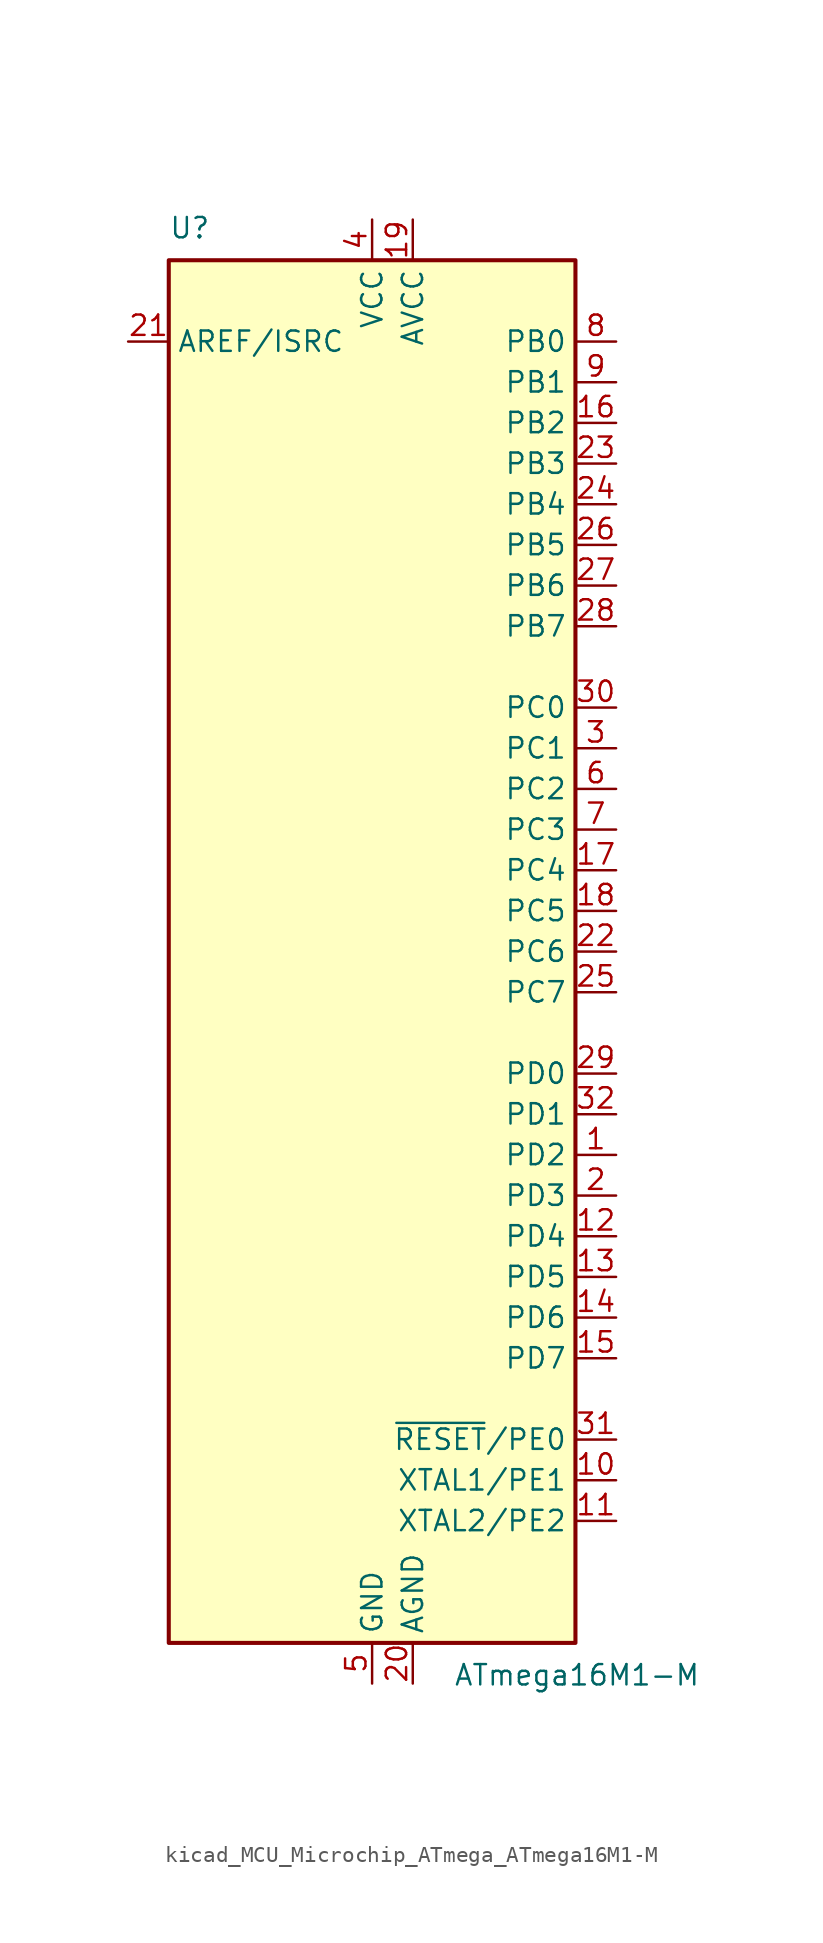
<source format=kicad_sym>
(kicad_symbol_lib
  (version 20220914)
  (generator kicad_symbol_editor)
  (symbol "kicad_MCU_Microchip_ATmega_ATmega16M1-M"
    (property "Reference" "U"
      (at -12.7 44.45 0)
      (effects (font (size 1.27 1.27)) (justify left bottom)))
    (property "Value" "ATmega16M1-M"
      (at 5.08 -44.45 0)
      (effects (font (size 1.27 1.27)) (justify left top)))
    (symbol "kicad_MCU_Microchip_ATmega_ATmega16M1-M_0_1"
      (rectangle (start -12.7 -43.18) (end 12.7 43.18) (stroke (width 0.254) (type default)) (fill (type background))))
    (symbol "kicad_MCU_Microchip_ATmega_ATmega16M1-M_1_1"
      (pin bidirectional line (at 15.24 -12.7 180) (length 2.54) (name "PD2" (effects (font (size 1.27 1.27)))) (number "1" (effects (font (size 1.27 1.27)))))
      (pin bidirectional line (at 15.24 -33.02 180) (length 2.54) (name "XTAL1/PE1" (effects (font (size 1.27 1.27)))) (number "10" (effects (font (size 1.27 1.27)))))
      (pin bidirectional line (at 15.24 -35.56 180) (length 2.54) (name "XTAL2/PE2" (effects (font (size 1.27 1.27)))) (number "11" (effects (font (size 1.27 1.27)))))
      (pin bidirectional line (at 15.24 -17.78 180) (length 2.54) (name "PD4" (effects (font (size 1.27 1.27)))) (number "12" (effects (font (size 1.27 1.27)))))
      (pin bidirectional line (at 15.24 -20.32 180) (length 2.54) (name "PD5" (effects (font (size 1.27 1.27)))) (number "13" (effects (font (size 1.27 1.27)))))
      (pin bidirectional line (at 15.24 -22.86 180) (length 2.54) (name "PD6" (effects (font (size 1.27 1.27)))) (number "14" (effects (font (size 1.27 1.27)))))
      (pin bidirectional line (at 15.24 -25.4 180) (length 2.54) (name "PD7" (effects (font (size 1.27 1.27)))) (number "15" (effects (font (size 1.27 1.27)))))
      (pin bidirectional line (at 15.24 33.02 180) (length 2.54) (name "PB2" (effects (font (size 1.27 1.27)))) (number "16" (effects (font (size 1.27 1.27)))))
      (pin bidirectional line (at 15.24 5.08 180) (length 2.54) (name "PC4" (effects (font (size 1.27 1.27)))) (number "17" (effects (font (size 1.27 1.27)))))
      (pin bidirectional line (at 15.24 2.54 180) (length 2.54) (name "PC5" (effects (font (size 1.27 1.27)))) (number "18" (effects (font (size 1.27 1.27)))))
      (pin power_in line (at 2.54 45.72 270) (length 2.54) (name "AVCC" (effects (font (size 1.27 1.27)))) (number "19" (effects (font (size 1.27 1.27)))))
      (pin bidirectional line (at 15.24 -15.24 180) (length 2.54) (name "PD3" (effects (font (size 1.27 1.27)))) (number "2" (effects (font (size 1.27 1.27)))))
      (pin power_in line (at 2.54 -45.72 90) (length 2.54) (name "AGND" (effects (font (size 1.27 1.27)))) (number "20" (effects (font (size 1.27 1.27)))))
      (pin passive line (at -15.24 38.1 0) (length 2.54) (name "AREF/ISRC" (effects (font (size 1.27 1.27)))) (number "21" (effects (font (size 1.27 1.27)))))
      (pin bidirectional line (at 15.24 0 180) (length 2.54) (name "PC6" (effects (font (size 1.27 1.27)))) (number "22" (effects (font (size 1.27 1.27)))))
      (pin bidirectional line (at 15.24 30.48 180) (length 2.54) (name "PB3" (effects (font (size 1.27 1.27)))) (number "23" (effects (font (size 1.27 1.27)))))
      (pin bidirectional line (at 15.24 27.94 180) (length 2.54) (name "PB4" (effects (font (size 1.27 1.27)))) (number "24" (effects (font (size 1.27 1.27)))))
      (pin bidirectional line (at 15.24 -2.54 180) (length 2.54) (name "PC7" (effects (font (size 1.27 1.27)))) (number "25" (effects (font (size 1.27 1.27)))))
      (pin bidirectional line (at 15.24 25.4 180) (length 2.54) (name "PB5" (effects (font (size 1.27 1.27)))) (number "26" (effects (font (size 1.27 1.27)))))
      (pin bidirectional line (at 15.24 22.86 180) (length 2.54) (name "PB6" (effects (font (size 1.27 1.27)))) (number "27" (effects (font (size 1.27 1.27)))))
      (pin bidirectional line (at 15.24 20.32 180) (length 2.54) (name "PB7" (effects (font (size 1.27 1.27)))) (number "28" (effects (font (size 1.27 1.27)))))
      (pin bidirectional line (at 15.24 -7.62 180) (length 2.54) (name "PD0" (effects (font (size 1.27 1.27)))) (number "29" (effects (font (size 1.27 1.27)))))
      (pin bidirectional line (at 15.24 12.7 180) (length 2.54) (name "PC1" (effects (font (size 1.27 1.27)))) (number "3" (effects (font (size 1.27 1.27)))))
      (pin bidirectional line (at 15.24 15.24 180) (length 2.54) (name "PC0" (effects (font (size 1.27 1.27)))) (number "30" (effects (font (size 1.27 1.27)))))
      (pin bidirectional line (at 15.24 -30.48 180) (length 2.54) (name "~{RESET}/PE0" (effects (font (size 1.27 1.27)))) (number "31" (effects (font (size 1.27 1.27)))))
      (pin bidirectional line (at 15.24 -10.16 180) (length 2.54) (name "PD1" (effects (font (size 1.27 1.27)))) (number "32" (effects (font (size 1.27 1.27)))))
      (pin passive line (at 0 -45.72 90) (length 2.54) hide (name "GND" (effects (font (size 1.27 1.27)))) (number "33" (effects (font (size 1.27 1.27)))))
      (pin power_in line (at 0 45.72 270) (length 2.54) (name "VCC" (effects (font (size 1.27 1.27)))) (number "4" (effects (font (size 1.27 1.27)))))
      (pin power_in line (at 0 -45.72 90) (length 2.54) (name "GND" (effects (font (size 1.27 1.27)))) (number "5" (effects (font (size 1.27 1.27)))))
      (pin bidirectional line (at 15.24 10.16 180) (length 2.54) (name "PC2" (effects (font (size 1.27 1.27)))) (number "6" (effects (font (size 1.27 1.27)))))
      (pin bidirectional line (at 15.24 7.62 180) (length 2.54) (name "PC3" (effects (font (size 1.27 1.27)))) (number "7" (effects (font (size 1.27 1.27)))))
      (pin bidirectional line (at 15.24 38.1 180) (length 2.54) (name "PB0" (effects (font (size 1.27 1.27)))) (number "8" (effects (font (size 1.27 1.27)))))
      (pin bidirectional line (at 15.24 35.56 180) (length 2.54) (name "PB1" (effects (font (size 1.27 1.27)))) (number "9" (effects (font (size 1.27 1.27))))))))
</source>
